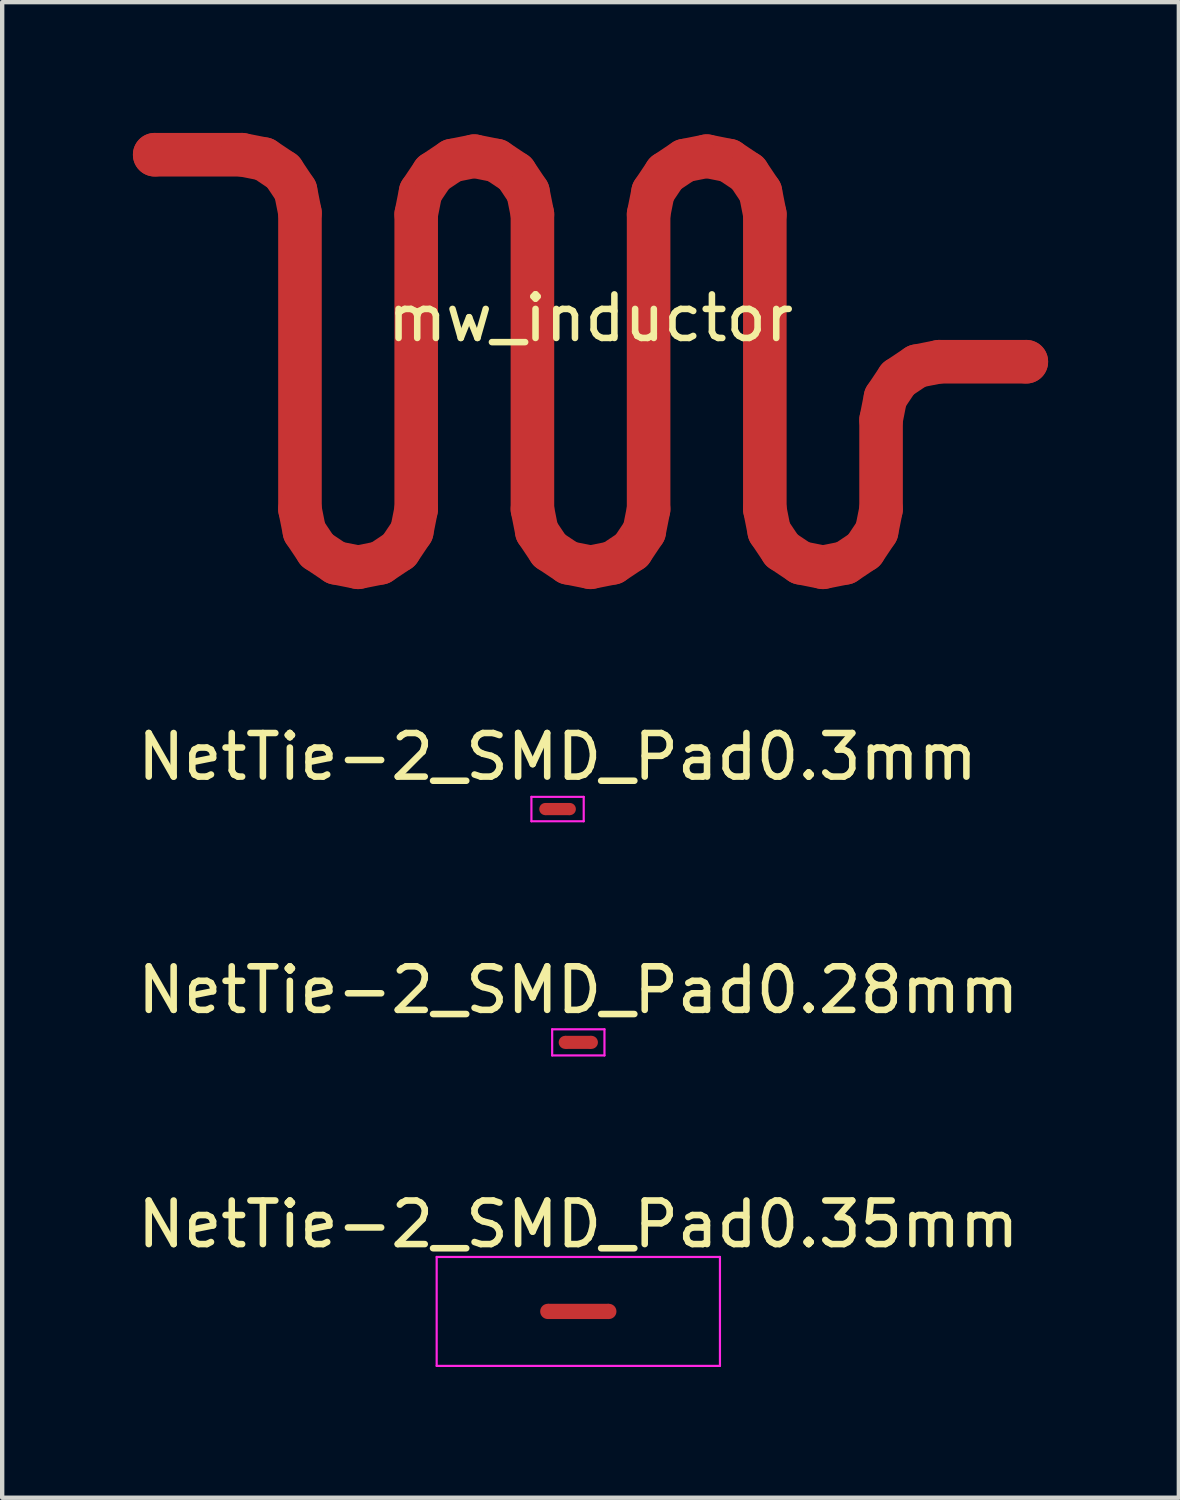
<source format=kicad_pcb>
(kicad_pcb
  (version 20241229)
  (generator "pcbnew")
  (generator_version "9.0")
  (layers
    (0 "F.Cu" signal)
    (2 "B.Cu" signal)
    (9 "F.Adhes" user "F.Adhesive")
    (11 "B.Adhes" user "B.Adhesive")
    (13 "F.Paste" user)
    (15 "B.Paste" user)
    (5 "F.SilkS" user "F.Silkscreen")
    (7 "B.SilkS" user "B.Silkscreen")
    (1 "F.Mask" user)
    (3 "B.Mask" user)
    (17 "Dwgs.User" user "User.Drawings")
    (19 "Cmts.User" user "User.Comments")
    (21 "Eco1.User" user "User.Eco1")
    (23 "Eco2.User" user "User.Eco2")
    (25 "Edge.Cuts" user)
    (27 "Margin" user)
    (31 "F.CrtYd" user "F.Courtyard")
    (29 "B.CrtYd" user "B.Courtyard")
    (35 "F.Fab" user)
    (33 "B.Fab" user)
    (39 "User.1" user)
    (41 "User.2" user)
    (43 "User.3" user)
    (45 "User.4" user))
  (footprint "NetTie-2_SMD_Pad0.35mm"
    (layer "F.Cu")
    (at 10.22 27.042)
    (property "Reference" "NetTie-2_SMD_Pad0.35mm" (at 0 -2 0) (layer "F.SilkS") (effects (font (size 1 1) (thickness 0.15))))
    (attr exclude_from_pos_files exclude_from_bom)
    (fp_poly (pts (xy -0.7 -0.175) (xy 0.7 -0.175) (xy 0.7 0.175) (xy -0.7 0.175)) (stroke (width 0) (type solid)) (fill yes) (layer "F.Cu"))
    (fp_line (start -3.25 -1.25) (end 3.25 -1.25) (stroke (width 0.05) (type solid)) (layer "F.CrtYd"))
    (fp_line (start -3.25 1.25) (end -3.25 -1.25) (stroke (width 0.05) (type solid)) (layer "F.CrtYd"))
    (fp_line (start 3.25 -1.25) (end 3.25 1.25) (stroke (width 0.05) (type solid)) (layer "F.CrtYd"))
    (fp_line (start 3.25 1.25) (end -3.25 1.25) (stroke (width 0.05) (type solid)) (layer "F.CrtYd"))
    (pad "1" smd circle (at -0.7 0) (size 0.35 0.35) (layers "F.Cu"))
    (pad "2" smd circle (at 0.7 0) (size 0.35 0.35) (layers "F.Cu")))
  (footprint "NetTie-2_SMD_Pad0.3mm"
    (layer "F.Cu")
    (at 9.744 15.515)
    (property "Reference" "NetTie-2_SMD_Pad0.3mm" (at 0 -1.2 0) (layer "F.SilkS") (effects (font (size 1 1) (thickness 0.15))))
    (attr exclude_from_pos_files exclude_from_bom)
    (fp_poly (pts (xy -0.28 -0.14) (xy 0.28 -0.14) (xy 0.28 0.14) (xy -0.28 0.14)) (stroke (width 0) (type solid)) (fill yes) (layer "F.Cu"))
    (fp_line (start -0.6 -0.28) (end -0.6 0.28) (stroke (width 0.05) (type solid)) (layer "F.CrtYd"))
    (fp_line (start -0.6 0.28) (end 0.6 0.28) (stroke (width 0.05) (type solid)) (layer "F.CrtYd"))
    (fp_line (start 0.6 -0.28) (end -0.6 -0.28) (stroke (width 0.05) (type solid)) (layer "F.CrtYd"))
    (fp_line (start 0.6 0.28) (end 0.6 -0.28) (stroke (width 0.05) (type solid)) (layer "F.CrtYd"))
    (pad "1" smd circle (at -0.28 0) (size 0.28 0.28) (layers "F.Cu"))
    (pad "2" smd circle (at 0.28 0) (size 0.28 0.28) (layers "F.Cu")))
  (footprint "mw_inductor"
    (layer "F.Cu")
    (at 20.5 5.25)
    (property "Reference" "mw_inductor" (at -10 -1 0) (layer "F.SilkS") (effects (font (size 1 1) (thickness 0.15))))
    (attr smd exclude_from_pos_files exclude_from_bom)
    (fp_line (start -20 -4.75) (end -18 -4.75) (stroke (width 1) (type solid)) (layer "F.Cu"))
    (fp_line (start -18 -4.75) (end -17.49 -4.649) (stroke (width 1) (type solid)) (layer "F.Cu"))
    (fp_line (start -17.49 -4.649) (end -17.057 -4.359) (stroke (width 1) (type solid)) (layer "F.Cu"))
    (fp_line (start -17.057 -4.359) (end -16.768 -3.927) (stroke (width 1) (type solid)) (layer "F.Cu"))
    (fp_line (start -16.768 -3.927) (end -16.667 -3.417) (stroke (width 1) (type solid)) (layer "F.Cu"))
    (fp_line (start -16.667 -3.417) (end -16.667 3.384) (stroke (width 1) (type solid)) (layer "F.Cu"))
    (fp_line (start -16.667 3.384) (end -16.565 3.894) (stroke (width 1) (type solid)) (layer "F.Cu"))
    (fp_line (start -16.565 3.894) (end -16.276 4.326) (stroke (width 1) (type solid)) (layer "F.Cu"))
    (fp_line (start -16.276 4.326) (end -15.844 4.615) (stroke (width 1) (type solid)) (layer "F.Cu"))
    (fp_line (start -15.844 4.615) (end -15.333 4.717) (stroke (width 1) (type solid)) (layer "F.Cu"))
    (fp_line (start -15.333 4.717) (end -14.823 4.615) (stroke (width 1) (type solid)) (layer "F.Cu"))
    (fp_line (start -14.823 4.615) (end -14.391 4.326) (stroke (width 1) (type solid)) (layer "F.Cu"))
    (fp_line (start -14.391 4.326) (end -14.101 3.894) (stroke (width 1) (type solid)) (layer "F.Cu"))
    (fp_line (start -14.101 3.894) (end -14 3.384) (stroke (width 1) (type solid)) (layer "F.Cu"))
    (fp_line (start -14 -3.384) (end -13.899 -3.894) (stroke (width 1) (type solid)) (layer "F.Cu"))
    (fp_line (start -14 3.384) (end -14 -3.384) (stroke (width 1) (type solid)) (layer "F.Cu"))
    (fp_line (start -13.899 -3.894) (end -13.609 -4.326) (stroke (width 1) (type solid)) (layer "F.Cu"))
    (fp_line (start -13.609 -4.326) (end -13.177 -4.615) (stroke (width 1) (type solid)) (layer "F.Cu"))
    (fp_line (start -13.177 -4.615) (end -12.667 -4.717) (stroke (width 1) (type solid)) (layer "F.Cu"))
    (fp_line (start -12.667 -4.717) (end -12.156 -4.615) (stroke (width 1) (type solid)) (layer "F.Cu"))
    (fp_line (start -12.156 -4.615) (end -11.724 -4.326) (stroke (width 1) (type solid)) (layer "F.Cu"))
    (fp_line (start -11.724 -4.326) (end -11.435 -3.894) (stroke (width 1) (type solid)) (layer "F.Cu"))
    (fp_line (start -11.435 -3.894) (end -11.333 -3.384) (stroke (width 1) (type solid)) (layer "F.Cu"))
    (fp_line (start -11.333 -3.384) (end -11.333 3.384) (stroke (width 1) (type solid)) (layer "F.Cu"))
    (fp_line (start -11.333 3.384) (end -11.232 3.894) (stroke (width 1) (type solid)) (layer "F.Cu"))
    (fp_line (start -11.232 3.894) (end -10.943 4.326) (stroke (width 1) (type solid)) (layer "F.Cu"))
    (fp_line (start -10.943 4.326) (end -10.51 4.615) (stroke (width 1) (type solid)) (layer "F.Cu"))
    (fp_line (start -10.51 4.615) (end -10 4.717) (stroke (width 1) (type solid)) (layer "F.Cu"))
    (fp_line (start -10 4.717) (end -9.49 4.615) (stroke (width 1) (type solid)) (layer "F.Cu"))
    (fp_line (start -9.49 4.615) (end -9.057 4.326) (stroke (width 1) (type solid)) (layer "F.Cu"))
    (fp_line (start -9.057 4.326) (end -8.768 3.894) (stroke (width 1) (type solid)) (layer "F.Cu"))
    (fp_line (start -8.768 3.894) (end -8.667 3.384) (stroke (width 1) (type solid)) (layer "F.Cu"))
    (fp_line (start -8.667 -3.384) (end -8.565 -3.894) (stroke (width 1) (type solid)) (layer "F.Cu"))
    (fp_line (start -8.667 3.384) (end -8.667 -3.384) (stroke (width 1) (type solid)) (layer "F.Cu"))
    (fp_line (start -8.565 -3.894) (end -8.276 -4.326) (stroke (width 1) (type solid)) (layer "F.Cu"))
    (fp_line (start -8.276 -4.326) (end -7.844 -4.615) (stroke (width 1) (type solid)) (layer "F.Cu"))
    (fp_line (start -7.844 -4.615) (end -7.333 -4.717) (stroke (width 1) (type solid)) (layer "F.Cu"))
    (fp_line (start -7.333 -4.717) (end -6.823 -4.615) (stroke (width 1) (type solid)) (layer "F.Cu"))
    (fp_line (start -6.823 -4.615) (end -6.391 -4.326) (stroke (width 1) (type solid)) (layer "F.Cu"))
    (fp_line (start -6.391 -4.326) (end -6.101 -3.894) (stroke (width 1) (type solid)) (layer "F.Cu"))
    (fp_line (start -6.101 -3.894) (end -6 -3.384) (stroke (width 1) (type solid)) (layer "F.Cu"))
    (fp_line (start -6 -3.384) (end -6 3.384) (stroke (width 1) (type solid)) (layer "F.Cu"))
    (fp_line (start -6 3.384) (end -5.899 3.894) (stroke (width 1) (type solid)) (layer "F.Cu"))
    (fp_line (start -5.899 3.894) (end -5.609 4.326) (stroke (width 1) (type solid)) (layer "F.Cu"))
    (fp_line (start -5.609 4.326) (end -5.177 4.615) (stroke (width 1) (type solid)) (layer "F.Cu"))
    (fp_line (start -5.177 4.615) (end -4.667 4.717) (stroke (width 1) (type solid)) (layer "F.Cu"))
    (fp_line (start -4.667 4.717) (end -4.156 4.615) (stroke (width 1) (type solid)) (layer "F.Cu"))
    (fp_line (start -4.156 4.615) (end -3.724 4.326) (stroke (width 1) (type solid)) (layer "F.Cu"))
    (fp_line (start -3.724 4.326) (end -3.435 3.894) (stroke (width 1) (type solid)) (layer "F.Cu"))
    (fp_line (start -3.435 3.894) (end -3.333 3.384) (stroke (width 1) (type solid)) (layer "F.Cu"))
    (fp_line (start -3.333 1.333) (end -3.232 0.823) (stroke (width 1) (type solid)) (layer "F.Cu"))
    (fp_line (start -3.333 3.384) (end -3.333 1.333) (stroke (width 1) (type solid)) (layer "F.Cu"))
    (fp_line (start -3.232 0.823) (end -2.943 0.391) (stroke (width 1) (type solid)) (layer "F.Cu"))
    (fp_line (start -2.943 0.391) (end -2.51 0.101) (stroke (width 1) (type solid)) (layer "F.Cu"))
    (fp_line (start -2.51 0.101) (end -2 0) (stroke (width 1) (type solid)) (layer "F.Cu"))
    (fp_line (start -2 0) (end 0 0) (stroke (width 1) (type solid)) (layer "F.Cu"))
    (pad "1" smd circle (at 0 0) (size 1 1) (layers "F.Cu"))
    (pad "2" smd circle (at -20 -4.75) (size 1 1) (layers "F.Cu")))
  (footprint "NetTie-2_SMD_Pad0.28mm"
    (layer "F.Cu")
    (at 10.22 20.868)
    (property "Reference" "NetTie-2_SMD_Pad0.28mm" (at 0 -1.2 0) (layer "F.SilkS") (effects (font (size 1 1) (thickness 0.15))))
    (attr exclude_from_pos_files exclude_from_bom)
    (fp_poly (pts (xy -0.3 -0.15) (xy 0.3 -0.15) (xy 0.3 0.15) (xy -0.3 0.15)) (stroke (width 0) (type solid)) (fill yes) (layer "F.Cu"))
    (fp_line (start -0.6 -0.3) (end -0.6 0.3) (stroke (width 0.05) (type solid)) (layer "F.CrtYd"))
    (fp_line (start -0.6 0.3) (end 0.6 0.3) (stroke (width 0.05) (type solid)) (layer "F.CrtYd"))
    (fp_line (start 0.6 -0.3) (end -0.6 -0.3) (stroke (width 0.05) (type solid)) (layer "F.CrtYd"))
    (fp_line (start 0.6 0.3) (end 0.6 -0.3) (stroke (width 0.05) (type solid)) (layer "F.CrtYd"))
    (pad "1" smd circle (at -0.3 0) (size 0.3 0.3) (layers "F.Cu"))
    (pad "2" smd circle (at 0.3 0) (size 0.3 0.3) (layers "F.Cu")))
  (gr_rect
    (start -3 -3)
    (end 24 31.317)
    (stroke (width 0.1) (type default))
    (fill no)
    (layer "Edge.Cuts")))
</source>
